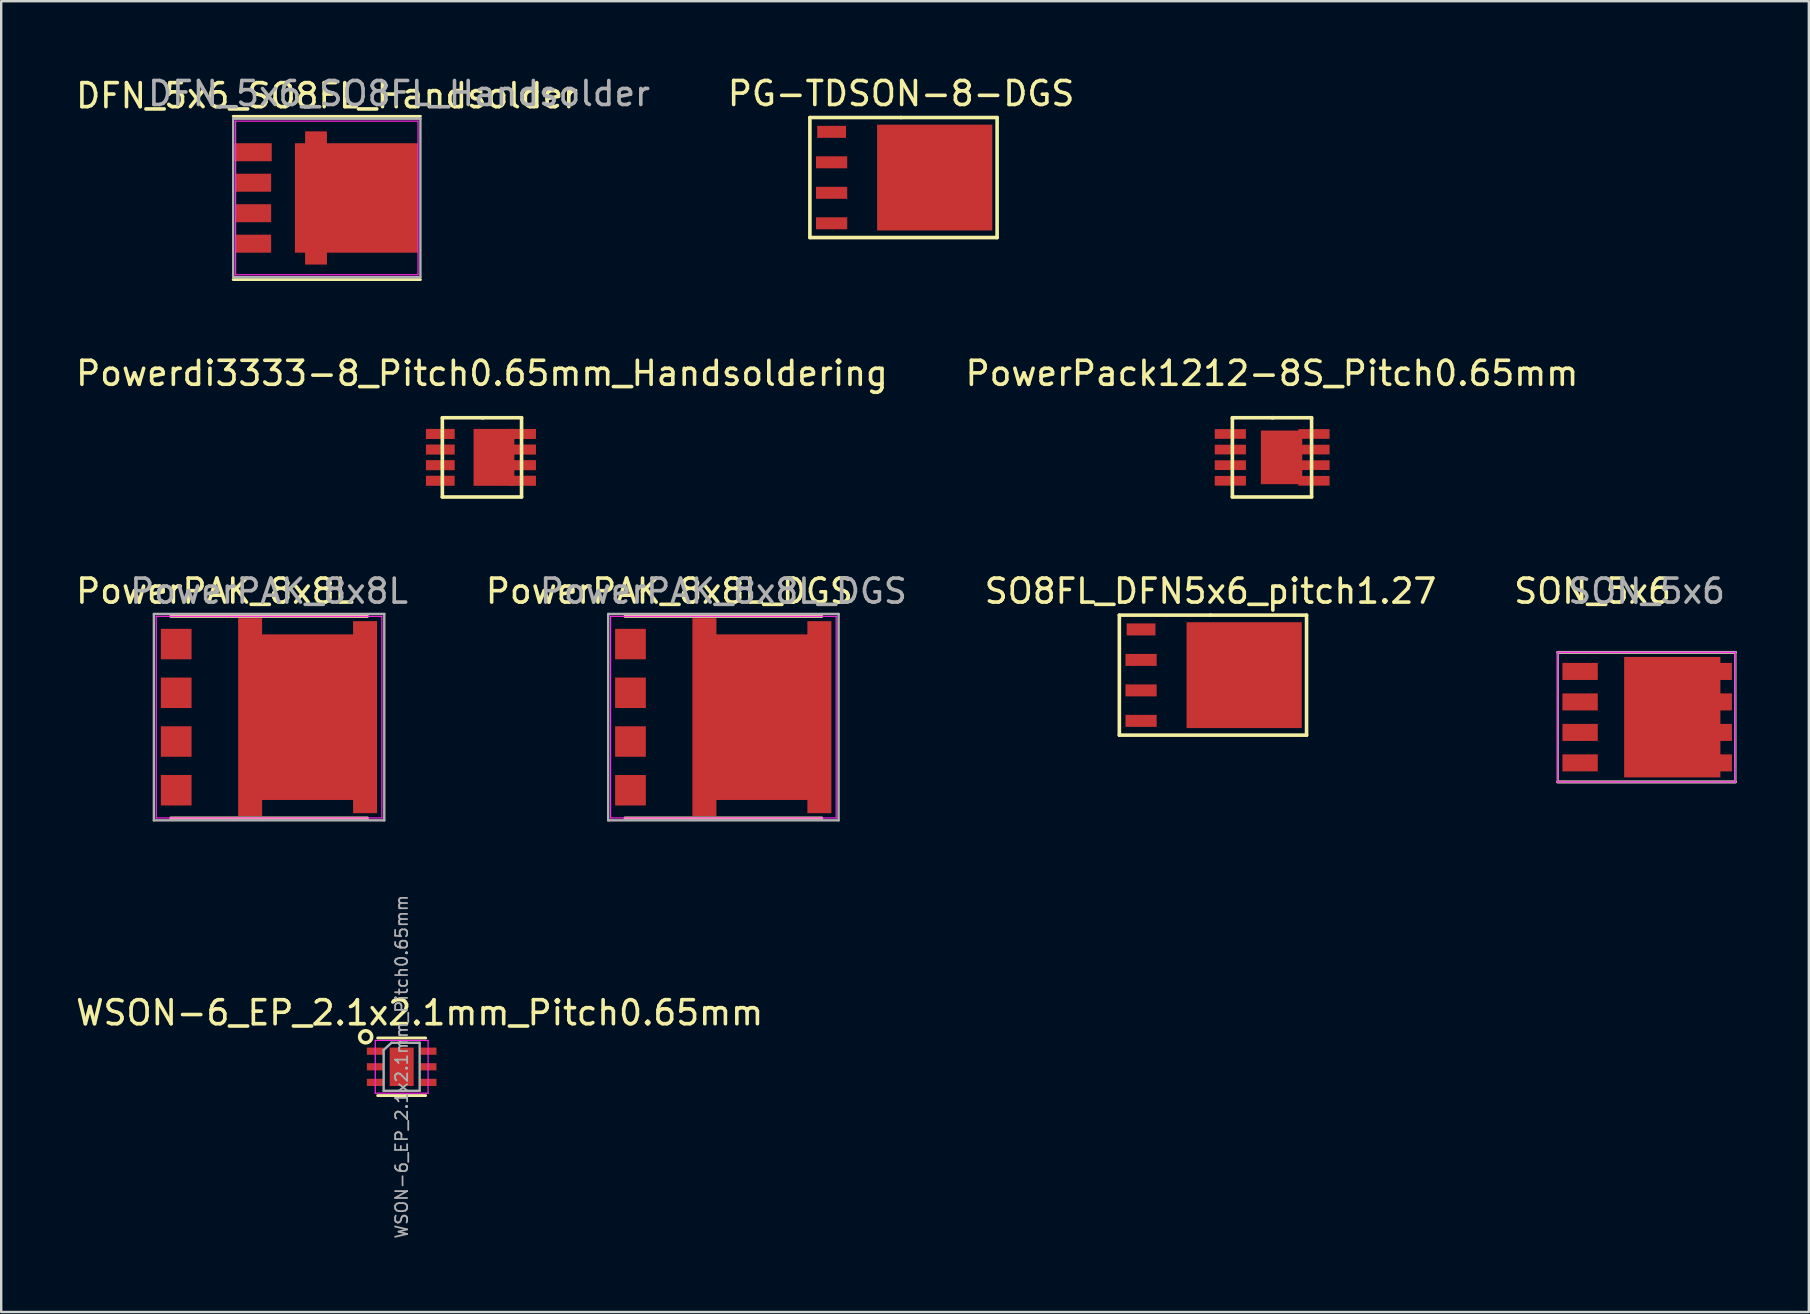
<source format=kicad_pcb>
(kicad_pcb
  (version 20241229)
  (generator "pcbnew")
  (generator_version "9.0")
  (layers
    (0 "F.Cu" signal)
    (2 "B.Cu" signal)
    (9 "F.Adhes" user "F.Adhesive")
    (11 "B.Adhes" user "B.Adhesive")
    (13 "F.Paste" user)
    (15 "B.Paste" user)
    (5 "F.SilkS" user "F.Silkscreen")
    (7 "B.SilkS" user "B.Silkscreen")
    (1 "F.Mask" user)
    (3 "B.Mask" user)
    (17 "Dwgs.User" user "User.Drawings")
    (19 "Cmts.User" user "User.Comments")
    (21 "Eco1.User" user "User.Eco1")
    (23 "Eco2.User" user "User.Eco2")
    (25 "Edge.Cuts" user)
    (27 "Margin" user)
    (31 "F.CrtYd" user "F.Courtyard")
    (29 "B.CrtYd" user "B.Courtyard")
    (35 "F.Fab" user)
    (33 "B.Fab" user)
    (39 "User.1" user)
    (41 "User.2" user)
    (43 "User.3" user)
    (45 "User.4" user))
  (footprint "Powerdi3333-8_Pitch0.65mm_Handsoldering"
    (layer "F.Cu")
    (at 17.03 16.006)
    (property "Reference" "Powerdi3333-8_Pitch0.65mm_Handsoldering" (at 0 -3.5 0) (layer "F.SilkS") (effects (font (size 1 1) (thickness 0.15))))
    (attr smd)
    (fp_line (start -1.65 -1.65) (end 0.05 -1.65) (stroke (width 0.15) (type solid)) (layer "F.SilkS"))
    (fp_line (start -1.65 1.65) (end -1.65 -1.65) (stroke (width 0.15) (type solid)) (layer "F.SilkS"))
    (fp_line (start 0 -1.65) (end 1.65 -1.65) (stroke (width 0.15) (type solid)) (layer "F.SilkS"))
    (fp_line (start 1.65 -1.65) (end 1.65 1.65) (stroke (width 0.15) (type solid)) (layer "F.SilkS"))
    (fp_line (start 1.65 1.65) (end -1.65 1.65) (stroke (width 0.15) (type solid)) (layer "F.SilkS"))
    (pad "1" smd rect (at -1.735 -0.975) (size 1.2 0.42) (layers "F.Cu" "F.Mask" "F.Paste"))
    (pad "2" smd rect (at -1.735 -0.325) (size 1.2 0.42) (layers "F.Cu" "F.Mask" "F.Paste"))
    (pad "3" smd rect (at -1.735 0.325) (size 1.2 0.42) (layers "F.Cu" "F.Mask" "F.Paste"))
    (pad "4" smd rect (at -1.735 0.975) (size 1.2 0.42) (layers "F.Cu" "F.Mask" "F.Paste"))
    (pad "5" smd rect (at 0.5 0) (size 1.7 2.37) (layers "F.Cu" "F.Mask" "F.Paste"))
    (pad "5" smd rect (at 1.7 -0.975) (size 1.1 0.42) (layers "F.Cu" "F.Mask" "F.Paste"))
    (pad "6" smd rect (at 1.7 -0.325) (size 1.1 0.42) (layers "F.Cu" "F.Mask" "F.Paste"))
    (pad "7" smd rect (at 1.7 0.325) (size 1.1 0.42) (layers "F.Cu" "F.Mask" "F.Paste"))
    (pad "8" smd rect (at 1.7 0.975) (size 1.1 0.42) (layers "F.Cu" "F.Mask" "F.Paste")))
  (footprint "DFN_5x6_SO8FL_Handsolder"
    (layer "F.Cu")
    (at 10.567 5.198)
    (property "Reference" "DFN_5x6_SO8FL_Handsolder" (at 0.01 -4.26 0) (layer "F.SilkS") (effects (font (size 1 1) (thickness 0.15))))
    (attr smd)
    (fp_line (start -3.9 -3.4) (end 3.9 -3.4) (stroke (width 0.12) (type solid)) (layer "F.SilkS"))
    (fp_line (start -3.9 3.4) (end 3.9 3.4) (stroke (width 0.12) (type solid)) (layer "F.SilkS"))
    (fp_line (start -3.8 -3.2) (end -3.8 3.2) (stroke (width 0.05) (type solid)) (layer "F.CrtYd"))
    (fp_line (start -3.8 -3.2) (end 3.8 -3.2) (stroke (width 0.05) (type solid)) (layer "F.CrtYd"))
    (fp_line (start -3.8 3.2) (end 3.8 3.2) (stroke (width 0.05) (type solid)) (layer "F.CrtYd"))
    (fp_line (start 3.8 -3.2) (end 3.8 3.2) (stroke (width 0.05) (type solid)) (layer "F.CrtYd"))
    (fp_line (start -3.9 -3.3) (end 3.9 -3.3) (stroke (width 0.1) (type solid)) (layer "F.Fab"))
    (fp_line (start -3.9 3.3) (end -3.9 -3.3) (stroke (width 0.1) (type solid)) (layer "F.Fab"))
    (fp_line (start 3.9 -3.3) (end 3.9 3.3) (stroke (width 0.1) (type solid)) (layer "F.Fab"))
    (fp_line (start 3.9 3.3) (end -3.9 3.3) (stroke (width 0.1) (type solid)) (layer "F.Fab"))
    (fp_text user "${REFERENCE}" (at 3.01 -4.35 0) (layer "F.Fab") (effects (font (size 1 1) (thickness 0.15))))
    (pad "1" smd rect (at -3.07 -1.905) (size 1.55 0.75) (layers "F.Cu" "F.Mask" "F.Paste"))
    (pad "2" smd rect (at -3.07 -0.635) (size 1.5 0.75) (layers "F.Cu" "F.Mask" "F.Paste"))
    (pad "3" smd rect (at -3.07 0.635) (size 1.5 0.75) (layers "F.Cu" "F.Mask" "F.Paste"))
    (pad "4" smd rect (at -3.07 1.905) (size 1.5 0.75) (layers "F.Cu" "F.Mask" "F.Paste"))
    (pad "5" smd rect (at -0.45 0) (size 0.91 5.55) (layers "F.Cu" "F.Mask" "F.Paste"))
    (pad "5" smd rect (at 1.235 0) (size 5.13 4.56) (layers "F.Cu" "F.Mask" "F.Paste")))
  (footprint "PG-TDSON-8-DGS"
    (layer "F.Cu")
    (at 34.494 4.348)
    (property "Reference" "PG-TDSON-8-DGS" (at 0 -3.5 0) (layer "F.SilkS") (effects (font (size 1 1) (thickness 0.15))))
    (attr smd)
    (fp_line (start -3.8 -2.5) (end 0 -2.5) (stroke (width 0.15) (type solid)) (layer "F.SilkS"))
    (fp_line (start -3.8 2.5) (end -3.8 -2.5) (stroke (width 0.15) (type solid)) (layer "F.SilkS"))
    (fp_line (start 0 -2.5) (end 4 -2.5) (stroke (width 0.15) (type solid)) (layer "F.SilkS"))
    (fp_line (start 4 -2.5) (end 4 2.5) (stroke (width 0.15) (type solid)) (layer "F.SilkS"))
    (fp_line (start 4 2.5) (end -3.8 2.5) (stroke (width 0.15) (type solid)) (layer "F.SilkS"))
    (pad "1" smd rect (at 1.4 0) (size 4.8 4.41) (layers "F.Cu" "F.Mask" "F.Paste"))
    (pad "2" smd rect (at -2.895 1.905) (size 1.3 0.5) (layers "F.Cu" "F.Mask" "F.Paste"))
    (pad "3" smd rect (at -2.895 -1.905) (size 1.2 0.5) (layers "F.Cu" "F.Mask" "F.Paste"))
    (pad "3" smd rect (at -2.895 -0.635) (size 1.3 0.5) (layers "F.Cu" "F.Mask" "F.Paste"))
    (pad "3" smd rect (at -2.895 0.635) (size 1.3 0.5) (layers "F.Cu" "F.Mask" "F.Paste")))
  (footprint "PowerPAK_8x8L"
    (layer "F.Cu")
    (at 8.161 26.83)
    (property "Reference" "PowerPAK_8x8L" (at -2.25 -5.25 0) (layer "F.SilkS") (effects (font (size 1 1) (thickness 0.15))))
    (attr smd)
    (fp_line (start -4.1 -4.2) (end 4.1 -4.2) (stroke (width 0.12) (type solid)) (layer "F.SilkS"))
    (fp_line (start -4.1 4.2) (end 4.1 4.2) (stroke (width 0.12) (type solid)) (layer "F.SilkS"))
    (fp_line (start -4.7 -4.2) (end -4.7 4.2) (stroke (width 0.05) (type solid)) (layer "F.CrtYd"))
    (fp_line (start -4.7 -4.2) (end 4.7 -4.2) (stroke (width 0.05) (type solid)) (layer "F.CrtYd"))
    (fp_line (start -4.7 4.2) (end 4.7 4.2) (stroke (width 0.05) (type solid)) (layer "F.CrtYd"))
    (fp_line (start 4.7 -4.2) (end 4.7 4.2) (stroke (width 0.05) (type solid)) (layer "F.CrtYd"))
    (fp_line (start -4.8 -4.3) (end 4.8 -4.3) (stroke (width 0.1) (type solid)) (layer "F.Fab"))
    (fp_line (start -4.8 4.3) (end -4.8 -4.3) (stroke (width 0.1) (type solid)) (layer "F.Fab"))
    (fp_line (start 4.8 -4.3) (end 4.8 4.3) (stroke (width 0.1) (type solid)) (layer "F.Fab"))
    (fp_line (start 4.8 4.3) (end -4.8 4.3) (stroke (width 0.1) (type solid)) (layer "F.Fab"))
    (fp_text user "${REFERENCE}" (at 0 -5.25 0) (layer "F.Fab") (effects (font (size 1 1) (thickness 0.15))))
    (pad "1" smd rect (at -3.87 -3.045) (size 1.28 1.27) (layers "F.Cu" "F.Mask" "F.Paste"))
    (pad "2" smd rect (at -3.87 -1.015) (size 1.28 1.27) (layers "F.Cu" "F.Mask" "F.Paste"))
    (pad "3" smd rect (at -3.87 1.015) (size 1.28 1.27) (layers "F.Cu" "F.Mask" "F.Paste"))
    (pad "4" smd rect (at -3.87 3.045) (size 1.28 1.27) (layers "F.Cu" "F.Mask" "F.Paste"))
    (pad "5" smd rect (at -0.79 0) (size 1 8.25) (layers "F.Cu" "F.Mask" "F.Paste"))
    (pad "5" smd rect (at 1.5 0) (size 4.1 6.9) (layers "F.Cu" "F.Mask" "F.Paste"))
    (pad "5" smd rect (at 4 0) (size 1 8) (layers "F.Cu" "F.Mask" "F.Paste")))
  (footprint "PowerPAK_8x8L_DGS"
    (layer "F.Cu")
    (at 27.089 26.83)
    (property "Reference" "PowerPAK_8x8L_DGS" (at -2.25 -5.25 0) (layer "F.SilkS") (effects (font (size 1 1) (thickness 0.15))))
    (attr smd)
    (fp_line (start -4.1 -4.2) (end 4.1 -4.2) (stroke (width 0.12) (type solid)) (layer "F.SilkS"))
    (fp_line (start -4.1 4.2) (end 4.1 4.2) (stroke (width 0.12) (type solid)) (layer "F.SilkS"))
    (fp_line (start -4.7 -4.2) (end -4.7 4.2) (stroke (width 0.05) (type solid)) (layer "F.CrtYd"))
    (fp_line (start -4.7 -4.2) (end 4.7 -4.2) (stroke (width 0.05) (type solid)) (layer "F.CrtYd"))
    (fp_line (start -4.7 4.2) (end 4.7 4.2) (stroke (width 0.05) (type solid)) (layer "F.CrtYd"))
    (fp_line (start 4.7 -4.2) (end 4.7 4.2) (stroke (width 0.05) (type solid)) (layer "F.CrtYd"))
    (fp_line (start -4.8 -4.3) (end 4.8 -4.3) (stroke (width 0.1) (type solid)) (layer "F.Fab"))
    (fp_line (start -4.8 4.3) (end -4.8 -4.3) (stroke (width 0.1) (type solid)) (layer "F.Fab"))
    (fp_line (start 4.8 -4.3) (end 4.8 4.3) (stroke (width 0.1) (type solid)) (layer "F.Fab"))
    (fp_line (start 4.8 4.3) (end -4.8 4.3) (stroke (width 0.1) (type solid)) (layer "F.Fab"))
    (fp_text user "${REFERENCE}" (at 0 -5.25 0) (layer "F.Fab") (effects (font (size 1 1) (thickness 0.15))))
    (pad "1" smd rect (at -0.79 0) (size 1 8.25) (layers "F.Cu" "F.Mask" "F.Paste"))
    (pad "1" smd rect (at 1.5 0) (size 4.1 6.9) (layers "F.Cu" "F.Mask" "F.Paste"))
    (pad "1" smd rect (at 4 0) (size 1 8) (layers "F.Cu" "F.Mask" "F.Paste"))
    (pad "2" smd rect (at -3.87 -3.045) (size 1.28 1.27) (layers "F.Cu" "F.Mask" "F.Paste"))
    (pad "3" smd rect (at -3.87 -1.015) (size 1.28 1.27) (layers "F.Cu" "F.Mask" "F.Paste"))
    (pad "3" smd rect (at -3.87 1.015) (size 1.28 1.27) (layers "F.Cu" "F.Mask" "F.Paste"))
    (pad "3" smd rect (at -3.87 3.045) (size 1.28 1.27) (layers "F.Cu" "F.Mask" "F.Paste")))
  (footprint "SO8FL_DFN5x6_pitch1.27"
    (layer "F.Cu")
    (at 47.387 25.08)
    (property "Reference" "SO8FL_DFN5x6_pitch1.27" (at 0 -3.5 0) (layer "F.SilkS") (effects (font (size 1 1) (thickness 0.15))))
    (attr smd)
    (fp_line (start -3.8 -2.5) (end 0 -2.5) (stroke (width 0.15) (type solid)) (layer "F.SilkS"))
    (fp_line (start -3.8 2.5) (end -3.8 -2.5) (stroke (width 0.15) (type solid)) (layer "F.SilkS"))
    (fp_line (start 0 -2.5) (end 4 -2.5) (stroke (width 0.15) (type solid)) (layer "F.SilkS"))
    (fp_line (start 4 -2.5) (end 4 2.5) (stroke (width 0.15) (type solid)) (layer "F.SilkS"))
    (fp_line (start 4 2.5) (end -3.8 2.5) (stroke (width 0.15) (type solid)) (layer "F.SilkS"))
    (pad "1" smd rect (at 1.4 0) (size 4.8 4.41) (layers "F.Cu" "F.Mask" "F.Paste"))
    (pad "2" smd rect (at -2.895 1.905) (size 1.3 0.5) (layers "F.Cu" "F.Mask" "F.Paste"))
    (pad "3" smd rect (at -2.895 -1.905) (size 1.2 0.5) (layers "F.Cu" "F.Mask" "F.Paste"))
    (pad "3" smd rect (at -2.895 -0.635) (size 1.3 0.5) (layers "F.Cu" "F.Mask" "F.Paste"))
    (pad "3" smd rect (at -2.895 0.635) (size 1.3 0.5) (layers "F.Cu" "F.Mask" "F.Paste")))
  (footprint "WSON-6_EP_2.1x2.1mm_Pitch0.65mm"
    (layer "F.Cu")
    (at 13.685 41.397)
    (property "Reference" "WSON-6_EP_2.1x2.1mm_Pitch0.65mm" (at 0.75 -2.25 0) (layer "F.SilkS") (effects (font (size 1 1) (thickness 0.15))))
    (attr smd)
    (fp_line (start -1 1.2) (end 1 1.2) (stroke (width 0.12) (type solid)) (layer "F.SilkS"))
    (fp_line (start 1 -1.2) (end -1 -1.2) (stroke (width 0.12) (type solid)) (layer "F.SilkS"))
    (fp_circle (center -1.5 -1.25) (end -1.5 -1.5) (stroke (width 0.15) (type solid)) (fill no) (layer "F.SilkS"))
    (fp_line (start -1.1 -1.1) (end -1.1 1.1) (stroke (width 0.05) (type solid)) (layer "F.CrtYd"))
    (fp_line (start -1.1 -1.1) (end 1.1 -1.1) (stroke (width 0.05) (type solid)) (layer "F.CrtYd"))
    (fp_line (start 1.1 1.1) (end -1.1 1.1) (stroke (width 0.05) (type solid)) (layer "F.CrtYd"))
    (fp_line (start 1.1 1.1) (end 1.1 -1.1) (stroke (width 0.05) (type solid)) (layer "F.CrtYd"))
    (fp_line (start -0.75 -0.7) (end -0.75 1) (stroke (width 0.1) (type solid)) (layer "F.Fab"))
    (fp_line (start -0.75 -0.7) (end -0.425 -1) (stroke (width 0.1) (type solid)) (layer "F.Fab"))
    (fp_line (start 0.75 -1) (end -0.425 -1) (stroke (width 0.1) (type solid)) (layer "F.Fab"))
    (fp_line (start 0.75 -1) (end 0.75 1) (stroke (width 0.1) (type solid)) (layer "F.Fab"))
    (fp_line (start 0.75 1) (end -0.75 1) (stroke (width 0.1) (type solid)) (layer "F.Fab"))
    (fp_text user "${REFERENCE}" (at 0 0 90) (layer "F.Fab") (effects (font (size 0.5 0.5) (thickness 0.075))))
    (pad "1" smd rect (at -1.1 -0.65) (size 0.7 0.3) (layers "F.Cu" "F.Mask" "F.Paste"))
    (pad "2" smd rect (at -1.1 0) (size 0.7 0.3) (layers "F.Cu" "F.Mask" "F.Paste"))
    (pad "3" smd rect (at -1.1 0.65) (size 0.7 0.3) (layers "F.Cu" "F.Mask" "F.Paste"))
    (pad "4" smd rect (at 1.1 0.65) (size 0.7 0.3) (layers "F.Cu" "F.Mask" "F.Paste"))
    (pad "5" smd rect (at 1.1 0) (size 0.7 0.3) (layers "F.Cu" "F.Mask" "F.Paste"))
    (pad "6" smd rect (at 1.1 -0.65) (size 0.7 0.3) (layers "F.Cu" "F.Mask" "F.Paste"))
    (pad "7" smd rect (at 0 0) (size 1 1.6) (layers "F.Cu" "F.Mask" "F.Paste")))
  (footprint "PowerPack1212-8S_Pitch0.65mm"
    (layer "F.Cu")
    (at 49.946 16.006)
    (property "Reference" "PowerPack1212-8S_Pitch0.65mm" (at 0 -3.5 0) (layer "F.SilkS") (effects (font (size 1 1) (thickness 0.15))))
    (attr smd)
    (fp_line (start -1.65 -1.65) (end 0.05 -1.65) (stroke (width 0.15) (type solid)) (layer "F.SilkS"))
    (fp_line (start -1.65 1.65) (end -1.65 -1.65) (stroke (width 0.15) (type solid)) (layer "F.SilkS"))
    (fp_line (start 0 -1.65) (end 1.65 -1.65) (stroke (width 0.15) (type solid)) (layer "F.SilkS"))
    (fp_line (start 1.65 -1.65) (end 1.65 1.65) (stroke (width 0.15) (type solid)) (layer "F.SilkS"))
    (fp_line (start 1.65 1.65) (end -1.65 1.65) (stroke (width 0.15) (type solid)) (layer "F.SilkS"))
    (pad "1" smd rect (at -1.735 -0.975) (size 1.3 0.405) (layers "F.Cu" "F.Mask" "F.Paste"))
    (pad "2" smd rect (at -1.735 -0.325) (size 1.3 0.405) (layers "F.Cu" "F.Mask" "F.Paste"))
    (pad "3" smd rect (at -1.735 0.325) (size 1.3 0.405) (layers "F.Cu" "F.Mask" "F.Paste"))
    (pad "4" smd rect (at -1.735 0.975) (size 1.3 0.405) (layers "F.Cu" "F.Mask" "F.Paste"))
    (pad "5" smd rect (at 0.4 0) (size 1.725 2.235) (layers "F.Cu" "F.Mask" "F.Paste"))
    (pad "5" smd rect (at 1.75 -0.975) (size 1.3 0.405) (layers "F.Cu" "F.Mask" "F.Paste"))
    (pad "6" smd rect (at 1.75 -0.325) (size 1.3 0.405) (layers "F.Cu" "F.Mask" "F.Paste"))
    (pad "7" smd rect (at 1.75 0.325) (size 1.3 0.405) (layers "F.Cu" "F.Mask" "F.Paste"))
    (pad "8" smd rect (at 1.75 0.975) (size 1.3 0.405) (layers "F.Cu" "F.Mask" "F.Paste")))
  (footprint "SON_5x6"
    (layer "F.Cu")
    (at 65.554 26.83)
    (property "Reference" "SON_5x6" (at -2.25 -5.25 0) (layer "F.SilkS") (effects (font (size 1 1) (thickness 0.15))))
    (attr smd)
    (fp_line (start -3.7 -2.7) (end 3.7 -2.7) (stroke (width 0.12) (type solid)) (layer "F.SilkS"))
    (fp_line (start -3.7 2.7) (end 3.7 2.7) (stroke (width 0.12) (type solid)) (layer "F.SilkS"))
    (fp_line (start -3.7 -2.7) (end -3.7 2.7) (stroke (width 0.05) (type solid)) (layer "F.CrtYd"))
    (fp_line (start -3.7 -2.7) (end 3.7 -2.7) (stroke (width 0.05) (type solid)) (layer "F.CrtYd"))
    (fp_line (start -3.7 2.7) (end 3.7 2.7) (stroke (width 0.05) (type solid)) (layer "F.CrtYd"))
    (fp_line (start 3.7 -2.7) (end 3.7 2.7) (stroke (width 0.05) (type solid)) (layer "F.CrtYd"))
    (fp_line (start -3.7 -2.7) (end 3.7 -2.7) (stroke (width 0.1) (type solid)) (layer "F.Fab"))
    (fp_line (start -3.7 2.7) (end -3.7 -2.7) (stroke (width 0.1) (type solid)) (layer "F.Fab"))
    (fp_line (start 3.7 -2.7) (end 3.7 2.7) (stroke (width 0.1) (type solid)) (layer "F.Fab"))
    (fp_line (start 3.7 2.7) (end -3.7 2.7) (stroke (width 0.1) (type solid)) (layer "F.Fab"))
    (fp_text user "${REFERENCE}" (at 0 -5.25 0) (layer "F.Fab") (effects (font (size 1 1) (thickness 0.15))))
    (pad "1" smd rect (at 1.07 0) (size 4.01 5.02) (layers "F.Cu" "F.Mask" "F.Paste"))
    (pad "1" smd rect (at 2.82 -1.905) (size 1.472 0.71) (layers "F.Cu" "F.Mask" "F.Paste"))
    (pad "1" smd rect (at 2.82 -0.635) (size 1.472 0.71) (layers "F.Cu" "F.Mask" "F.Paste"))
    (pad "1" smd rect (at 2.82 0.635) (size 1.472 0.71) (layers "F.Cu" "F.Mask" "F.Paste"))
    (pad "1" smd rect (at 2.82 1.905) (size 1.472 0.71) (layers "F.Cu" "F.Mask" "F.Paste"))
    (pad "2" smd rect (at -2.77 1.905) (size 1.472 0.71) (layers "F.Cu" "F.Mask" "F.Paste"))
    (pad "3" smd rect (at -2.77 -1.905) (size 1.472 0.71) (layers "F.Cu" "F.Mask" "F.Paste"))
    (pad "3" smd rect (at -2.77 -0.635) (size 1.472 0.71) (layers "F.Cu" "F.Mask" "F.Paste"))
    (pad "3" smd rect (at -2.77 0.635) (size 1.472 0.71) (layers "F.Cu" "F.Mask" "F.Paste")))
  (gr_rect
    (start -3 -3)
    (end 72.314 51.614)
    (stroke (width 0.1) (type default))
    (fill no)
    (layer "Edge.Cuts")))
</source>
